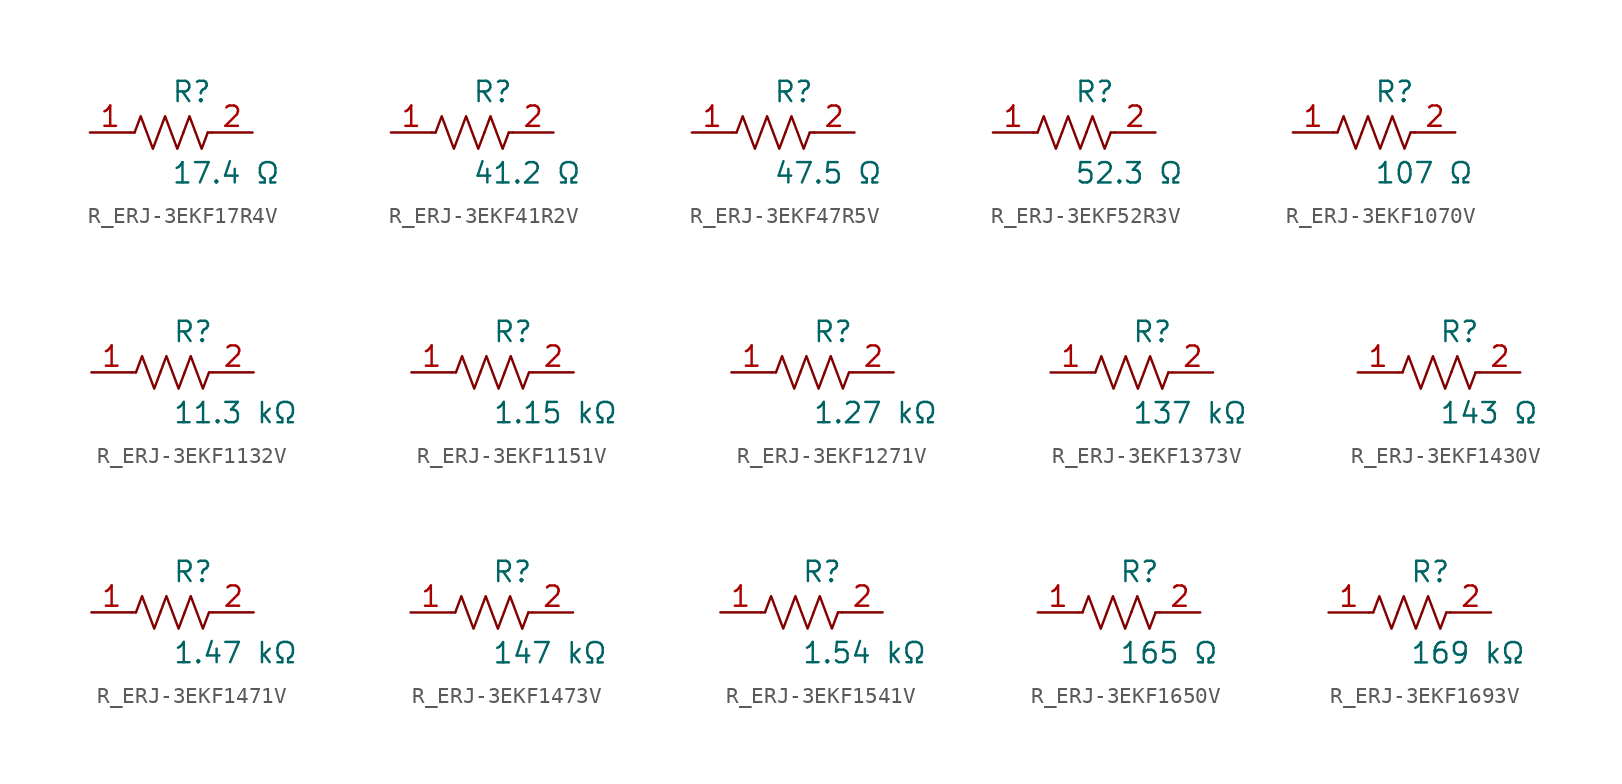
<source format=kicad_sym>
(kicad_symbol_lib
  (version 20231120)
  (generator kicad_symbol_editor)
  (generator_version 8.0)
  (symbol "R_ERJ-3EKF17R4V"
    (pin_names
      (offset 0.254))
    (property "Reference" "R"
      (at 0.0 2.54 0)
      (effects (font (size 1.27 1.27)) (justify left)))
    (property "Value" "17.4 Ω"
      (at 0.0 -2.54 0)
      (effects (font (size 1.27 1.27)) (justify left)))
    (symbol "R_ERJ-3EKF17R4V_0_1"
      (polyline (pts (xy 2.286 0) (xy 2.54 0)) (stroke (width 0) (type default)) (fill (type none)))
      (polyline (pts (xy -2.286 0) (xy -2.54 0)) (stroke (width 0) (type default)) (fill (type none)))
      (polyline (pts (xy 0.762 0) (xy 1.143 1.016) (xy 1.524 0) (xy 1.905 -1.016) (xy 2.286 0)) (stroke (width 0) (type default)) (fill (type none)))
      (polyline (pts (xy -0.762 0) (xy -0.381 1.016) (xy 0 0) (xy 0.381 -1.016) (xy 0.762 0)) (stroke (width 0) (type default)) (fill (type none)))
      (polyline (pts (xy -2.286 0) (xy -1.905 1.016) (xy -1.524 0) (xy -1.143 -1.016) (xy -0.762 0)) (stroke (width 0) (type default)) (fill (type none))))
    (pin unspecified line
      (at -5.08 0 0)
      (length 2.54)
      (name "" (effects (font (size 1.27 1.27))))
      (number "1" (effects (font (size 1.27 1.27)))))
    (pin unspecified line
      (at 5.08 0 180)
      (length 2.54)
      (name "" (effects (font (size 1.27 1.27))))
      (number "2" (effects (font (size 1.27 1.27))))))
  (symbol "R_ERJ-3EKF41R2V"
    (pin_names
      (offset 0.254))
    (property "Reference" "R"
      (at 0.0 2.54 0)
      (effects (font (size 1.27 1.27)) (justify left)))
    (property "Value" "41.2 Ω"
      (at 0.0 -2.54 0)
      (effects (font (size 1.27 1.27)) (justify left)))
    (symbol "R_ERJ-3EKF41R2V_0_1"
      (polyline (pts (xy 2.286 0) (xy 2.54 0)) (stroke (width 0) (type default)) (fill (type none)))
      (polyline (pts (xy -2.286 0) (xy -2.54 0)) (stroke (width 0) (type default)) (fill (type none)))
      (polyline (pts (xy 0.762 0) (xy 1.143 1.016) (xy 1.524 0) (xy 1.905 -1.016) (xy 2.286 0)) (stroke (width 0) (type default)) (fill (type none)))
      (polyline (pts (xy -0.762 0) (xy -0.381 1.016) (xy 0 0) (xy 0.381 -1.016) (xy 0.762 0)) (stroke (width 0) (type default)) (fill (type none)))
      (polyline (pts (xy -2.286 0) (xy -1.905 1.016) (xy -1.524 0) (xy -1.143 -1.016) (xy -0.762 0)) (stroke (width 0) (type default)) (fill (type none))))
    (pin unspecified line
      (at -5.08 0 0)
      (length 2.54)
      (name "" (effects (font (size 1.27 1.27))))
      (number "1" (effects (font (size 1.27 1.27)))))
    (pin unspecified line
      (at 5.08 0 180)
      (length 2.54)
      (name "" (effects (font (size 1.27 1.27))))
      (number "2" (effects (font (size 1.27 1.27))))))
  (symbol "R_ERJ-3EKF47R5V"
    (pin_names
      (offset 0.254))
    (property "Reference" "R"
      (at 0.0 2.54 0)
      (effects (font (size 1.27 1.27)) (justify left)))
    (property "Value" "47.5 Ω"
      (at 0.0 -2.54 0)
      (effects (font (size 1.27 1.27)) (justify left)))
    (symbol "R_ERJ-3EKF47R5V_0_1"
      (polyline (pts (xy 2.286 0) (xy 2.54 0)) (stroke (width 0) (type default)) (fill (type none)))
      (polyline (pts (xy -2.286 0) (xy -2.54 0)) (stroke (width 0) (type default)) (fill (type none)))
      (polyline (pts (xy 0.762 0) (xy 1.143 1.016) (xy 1.524 0) (xy 1.905 -1.016) (xy 2.286 0)) (stroke (width 0) (type default)) (fill (type none)))
      (polyline (pts (xy -0.762 0) (xy -0.381 1.016) (xy 0 0) (xy 0.381 -1.016) (xy 0.762 0)) (stroke (width 0) (type default)) (fill (type none)))
      (polyline (pts (xy -2.286 0) (xy -1.905 1.016) (xy -1.524 0) (xy -1.143 -1.016) (xy -0.762 0)) (stroke (width 0) (type default)) (fill (type none))))
    (pin unspecified line
      (at -5.08 0 0)
      (length 2.54)
      (name "" (effects (font (size 1.27 1.27))))
      (number "1" (effects (font (size 1.27 1.27)))))
    (pin unspecified line
      (at 5.08 0 180)
      (length 2.54)
      (name "" (effects (font (size 1.27 1.27))))
      (number "2" (effects (font (size 1.27 1.27))))))
  (symbol "R_ERJ-3EKF52R3V"
    (pin_names
      (offset 0.254))
    (property "Reference" "R"
      (at 0.0 2.54 0)
      (effects (font (size 1.27 1.27)) (justify left)))
    (property "Value" "52.3 Ω"
      (at 0.0 -2.54 0)
      (effects (font (size 1.27 1.27)) (justify left)))
    (symbol "R_ERJ-3EKF52R3V_0_1"
      (polyline (pts (xy 2.286 0) (xy 2.54 0)) (stroke (width 0) (type default)) (fill (type none)))
      (polyline (pts (xy -2.286 0) (xy -2.54 0)) (stroke (width 0) (type default)) (fill (type none)))
      (polyline (pts (xy 0.762 0) (xy 1.143 1.016) (xy 1.524 0) (xy 1.905 -1.016) (xy 2.286 0)) (stroke (width 0) (type default)) (fill (type none)))
      (polyline (pts (xy -0.762 0) (xy -0.381 1.016) (xy 0 0) (xy 0.381 -1.016) (xy 0.762 0)) (stroke (width 0) (type default)) (fill (type none)))
      (polyline (pts (xy -2.286 0) (xy -1.905 1.016) (xy -1.524 0) (xy -1.143 -1.016) (xy -0.762 0)) (stroke (width 0) (type default)) (fill (type none))))
    (pin unspecified line
      (at -5.08 0 0)
      (length 2.54)
      (name "" (effects (font (size 1.27 1.27))))
      (number "1" (effects (font (size 1.27 1.27)))))
    (pin unspecified line
      (at 5.08 0 180)
      (length 2.54)
      (name "" (effects (font (size 1.27 1.27))))
      (number "2" (effects (font (size 1.27 1.27))))))
  (symbol "R_ERJ-3EKF1070V"
    (pin_names
      (offset 0.254))
    (property "Reference" "R"
      (at 0.0 2.54 0)
      (effects (font (size 1.27 1.27)) (justify left)))
    (property "Value" "107 Ω"
      (at 0.0 -2.54 0)
      (effects (font (size 1.27 1.27)) (justify left)))
    (symbol "R_ERJ-3EKF1070V_0_1"
      (polyline (pts (xy 2.286 0) (xy 2.54 0)) (stroke (width 0) (type default)) (fill (type none)))
      (polyline (pts (xy -2.286 0) (xy -2.54 0)) (stroke (width 0) (type default)) (fill (type none)))
      (polyline (pts (xy 0.762 0) (xy 1.143 1.016) (xy 1.524 0) (xy 1.905 -1.016) (xy 2.286 0)) (stroke (width 0) (type default)) (fill (type none)))
      (polyline (pts (xy -0.762 0) (xy -0.381 1.016) (xy 0 0) (xy 0.381 -1.016) (xy 0.762 0)) (stroke (width 0) (type default)) (fill (type none)))
      (polyline (pts (xy -2.286 0) (xy -1.905 1.016) (xy -1.524 0) (xy -1.143 -1.016) (xy -0.762 0)) (stroke (width 0) (type default)) (fill (type none))))
    (pin unspecified line
      (at -5.08 0 0)
      (length 2.54)
      (name "" (effects (font (size 1.27 1.27))))
      (number "1" (effects (font (size 1.27 1.27)))))
    (pin unspecified line
      (at 5.08 0 180)
      (length 2.54)
      (name "" (effects (font (size 1.27 1.27))))
      (number "2" (effects (font (size 1.27 1.27))))))
  (symbol "R_ERJ-3EKF1132V"
    (pin_names
      (offset 0.254))
    (property "Reference" "R"
      (at 0.0 2.54 0)
      (effects (font (size 1.27 1.27)) (justify left)))
    (property "Value" "11.3 kΩ"
      (at 0.0 -2.54 0)
      (effects (font (size 1.27 1.27)) (justify left)))
    (symbol "R_ERJ-3EKF1132V_0_1"
      (polyline (pts (xy 2.286 0) (xy 2.54 0)) (stroke (width 0) (type default)) (fill (type none)))
      (polyline (pts (xy -2.286 0) (xy -2.54 0)) (stroke (width 0) (type default)) (fill (type none)))
      (polyline (pts (xy 0.762 0) (xy 1.143 1.016) (xy 1.524 0) (xy 1.905 -1.016) (xy 2.286 0)) (stroke (width 0) (type default)) (fill (type none)))
      (polyline (pts (xy -0.762 0) (xy -0.381 1.016) (xy 0 0) (xy 0.381 -1.016) (xy 0.762 0)) (stroke (width 0) (type default)) (fill (type none)))
      (polyline (pts (xy -2.286 0) (xy -1.905 1.016) (xy -1.524 0) (xy -1.143 -1.016) (xy -0.762 0)) (stroke (width 0) (type default)) (fill (type none))))
    (pin unspecified line
      (at -5.08 0 0)
      (length 2.54)
      (name "" (effects (font (size 1.27 1.27))))
      (number "1" (effects (font (size 1.27 1.27)))))
    (pin unspecified line
      (at 5.08 0 180)
      (length 2.54)
      (name "" (effects (font (size 1.27 1.27))))
      (number "2" (effects (font (size 1.27 1.27))))))
  (symbol "R_ERJ-3EKF1151V"
    (pin_names
      (offset 0.254))
    (property "Reference" "R"
      (at 0.0 2.54 0)
      (effects (font (size 1.27 1.27)) (justify left)))
    (property "Value" "1.15 kΩ"
      (at 0.0 -2.54 0)
      (effects (font (size 1.27 1.27)) (justify left)))
    (symbol "R_ERJ-3EKF1151V_0_1"
      (polyline (pts (xy 2.286 0) (xy 2.54 0)) (stroke (width 0) (type default)) (fill (type none)))
      (polyline (pts (xy -2.286 0) (xy -2.54 0)) (stroke (width 0) (type default)) (fill (type none)))
      (polyline (pts (xy 0.762 0) (xy 1.143 1.016) (xy 1.524 0) (xy 1.905 -1.016) (xy 2.286 0)) (stroke (width 0) (type default)) (fill (type none)))
      (polyline (pts (xy -0.762 0) (xy -0.381 1.016) (xy 0 0) (xy 0.381 -1.016) (xy 0.762 0)) (stroke (width 0) (type default)) (fill (type none)))
      (polyline (pts (xy -2.286 0) (xy -1.905 1.016) (xy -1.524 0) (xy -1.143 -1.016) (xy -0.762 0)) (stroke (width 0) (type default)) (fill (type none))))
    (pin unspecified line
      (at -5.08 0 0)
      (length 2.54)
      (name "" (effects (font (size 1.27 1.27))))
      (number "1" (effects (font (size 1.27 1.27)))))
    (pin unspecified line
      (at 5.08 0 180)
      (length 2.54)
      (name "" (effects (font (size 1.27 1.27))))
      (number "2" (effects (font (size 1.27 1.27))))))
  (symbol "R_ERJ-3EKF1271V"
    (pin_names
      (offset 0.254))
    (property "Reference" "R"
      (at 0.0 2.54 0)
      (effects (font (size 1.27 1.27)) (justify left)))
    (property "Value" "1.27 kΩ"
      (at 0.0 -2.54 0)
      (effects (font (size 1.27 1.27)) (justify left)))
    (symbol "R_ERJ-3EKF1271V_0_1"
      (polyline (pts (xy 2.286 0) (xy 2.54 0)) (stroke (width 0) (type default)) (fill (type none)))
      (polyline (pts (xy -2.286 0) (xy -2.54 0)) (stroke (width 0) (type default)) (fill (type none)))
      (polyline (pts (xy 0.762 0) (xy 1.143 1.016) (xy 1.524 0) (xy 1.905 -1.016) (xy 2.286 0)) (stroke (width 0) (type default)) (fill (type none)))
      (polyline (pts (xy -0.762 0) (xy -0.381 1.016) (xy 0 0) (xy 0.381 -1.016) (xy 0.762 0)) (stroke (width 0) (type default)) (fill (type none)))
      (polyline (pts (xy -2.286 0) (xy -1.905 1.016) (xy -1.524 0) (xy -1.143 -1.016) (xy -0.762 0)) (stroke (width 0) (type default)) (fill (type none))))
    (pin unspecified line
      (at -5.08 0 0)
      (length 2.54)
      (name "" (effects (font (size 1.27 1.27))))
      (number "1" (effects (font (size 1.27 1.27)))))
    (pin unspecified line
      (at 5.08 0 180)
      (length 2.54)
      (name "" (effects (font (size 1.27 1.27))))
      (number "2" (effects (font (size 1.27 1.27))))))
  (symbol "R_ERJ-3EKF1373V"
    (pin_names
      (offset 0.254))
    (property "Reference" "R"
      (at 0.0 2.54 0)
      (effects (font (size 1.27 1.27)) (justify left)))
    (property "Value" "137 kΩ"
      (at 0.0 -2.54 0)
      (effects (font (size 1.27 1.27)) (justify left)))
    (symbol "R_ERJ-3EKF1373V_0_1"
      (polyline (pts (xy 2.286 0) (xy 2.54 0)) (stroke (width 0) (type default)) (fill (type none)))
      (polyline (pts (xy -2.286 0) (xy -2.54 0)) (stroke (width 0) (type default)) (fill (type none)))
      (polyline (pts (xy 0.762 0) (xy 1.143 1.016) (xy 1.524 0) (xy 1.905 -1.016) (xy 2.286 0)) (stroke (width 0) (type default)) (fill (type none)))
      (polyline (pts (xy -0.762 0) (xy -0.381 1.016) (xy 0 0) (xy 0.381 -1.016) (xy 0.762 0)) (stroke (width 0) (type default)) (fill (type none)))
      (polyline (pts (xy -2.286 0) (xy -1.905 1.016) (xy -1.524 0) (xy -1.143 -1.016) (xy -0.762 0)) (stroke (width 0) (type default)) (fill (type none))))
    (pin unspecified line
      (at -5.08 0 0)
      (length 2.54)
      (name "" (effects (font (size 1.27 1.27))))
      (number "1" (effects (font (size 1.27 1.27)))))
    (pin unspecified line
      (at 5.08 0 180)
      (length 2.54)
      (name "" (effects (font (size 1.27 1.27))))
      (number "2" (effects (font (size 1.27 1.27))))))
  (symbol "R_ERJ-3EKF1430V"
    (pin_names
      (offset 0.254))
    (property "Reference" "R"
      (at 0.0 2.54 0)
      (effects (font (size 1.27 1.27)) (justify left)))
    (property "Value" "143 Ω"
      (at 0.0 -2.54 0)
      (effects (font (size 1.27 1.27)) (justify left)))
    (symbol "R_ERJ-3EKF1430V_0_1"
      (polyline (pts (xy 2.286 0) (xy 2.54 0)) (stroke (width 0) (type default)) (fill (type none)))
      (polyline (pts (xy -2.286 0) (xy -2.54 0)) (stroke (width 0) (type default)) (fill (type none)))
      (polyline (pts (xy 0.762 0) (xy 1.143 1.016) (xy 1.524 0) (xy 1.905 -1.016) (xy 2.286 0)) (stroke (width 0) (type default)) (fill (type none)))
      (polyline (pts (xy -0.762 0) (xy -0.381 1.016) (xy 0 0) (xy 0.381 -1.016) (xy 0.762 0)) (stroke (width 0) (type default)) (fill (type none)))
      (polyline (pts (xy -2.286 0) (xy -1.905 1.016) (xy -1.524 0) (xy -1.143 -1.016) (xy -0.762 0)) (stroke (width 0) (type default)) (fill (type none))))
    (pin unspecified line
      (at -5.08 0 0)
      (length 2.54)
      (name "" (effects (font (size 1.27 1.27))))
      (number "1" (effects (font (size 1.27 1.27)))))
    (pin unspecified line
      (at 5.08 0 180)
      (length 2.54)
      (name "" (effects (font (size 1.27 1.27))))
      (number "2" (effects (font (size 1.27 1.27))))))
  (symbol "R_ERJ-3EKF1471V"
    (pin_names
      (offset 0.254))
    (property "Reference" "R"
      (at 0.0 2.54 0)
      (effects (font (size 1.27 1.27)) (justify left)))
    (property "Value" "1.47 kΩ"
      (at 0.0 -2.54 0)
      (effects (font (size 1.27 1.27)) (justify left)))
    (symbol "R_ERJ-3EKF1471V_0_1"
      (polyline (pts (xy 2.286 0) (xy 2.54 0)) (stroke (width 0) (type default)) (fill (type none)))
      (polyline (pts (xy -2.286 0) (xy -2.54 0)) (stroke (width 0) (type default)) (fill (type none)))
      (polyline (pts (xy 0.762 0) (xy 1.143 1.016) (xy 1.524 0) (xy 1.905 -1.016) (xy 2.286 0)) (stroke (width 0) (type default)) (fill (type none)))
      (polyline (pts (xy -0.762 0) (xy -0.381 1.016) (xy 0 0) (xy 0.381 -1.016) (xy 0.762 0)) (stroke (width 0) (type default)) (fill (type none)))
      (polyline (pts (xy -2.286 0) (xy -1.905 1.016) (xy -1.524 0) (xy -1.143 -1.016) (xy -0.762 0)) (stroke (width 0) (type default)) (fill (type none))))
    (pin unspecified line
      (at -5.08 0 0)
      (length 2.54)
      (name "" (effects (font (size 1.27 1.27))))
      (number "1" (effects (font (size 1.27 1.27)))))
    (pin unspecified line
      (at 5.08 0 180)
      (length 2.54)
      (name "" (effects (font (size 1.27 1.27))))
      (number "2" (effects (font (size 1.27 1.27))))))
  (symbol "R_ERJ-3EKF1473V"
    (pin_names
      (offset 0.254))
    (property "Reference" "R"
      (at 0.0 2.54 0)
      (effects (font (size 1.27 1.27)) (justify left)))
    (property "Value" "147 kΩ"
      (at 0.0 -2.54 0)
      (effects (font (size 1.27 1.27)) (justify left)))
    (symbol "R_ERJ-3EKF1473V_0_1"
      (polyline (pts (xy 2.286 0) (xy 2.54 0)) (stroke (width 0) (type default)) (fill (type none)))
      (polyline (pts (xy -2.286 0) (xy -2.54 0)) (stroke (width 0) (type default)) (fill (type none)))
      (polyline (pts (xy 0.762 0) (xy 1.143 1.016) (xy 1.524 0) (xy 1.905 -1.016) (xy 2.286 0)) (stroke (width 0) (type default)) (fill (type none)))
      (polyline (pts (xy -0.762 0) (xy -0.381 1.016) (xy 0 0) (xy 0.381 -1.016) (xy 0.762 0)) (stroke (width 0) (type default)) (fill (type none)))
      (polyline (pts (xy -2.286 0) (xy -1.905 1.016) (xy -1.524 0) (xy -1.143 -1.016) (xy -0.762 0)) (stroke (width 0) (type default)) (fill (type none))))
    (pin unspecified line
      (at -5.08 0 0)
      (length 2.54)
      (name "" (effects (font (size 1.27 1.27))))
      (number "1" (effects (font (size 1.27 1.27)))))
    (pin unspecified line
      (at 5.08 0 180)
      (length 2.54)
      (name "" (effects (font (size 1.27 1.27))))
      (number "2" (effects (font (size 1.27 1.27))))))
  (symbol "R_ERJ-3EKF1541V"
    (pin_names
      (offset 0.254))
    (property "Reference" "R"
      (at 0.0 2.54 0)
      (effects (font (size 1.27 1.27)) (justify left)))
    (property "Value" "1.54 kΩ"
      (at 0.0 -2.54 0)
      (effects (font (size 1.27 1.27)) (justify left)))
    (symbol "R_ERJ-3EKF1541V_0_1"
      (polyline (pts (xy 2.286 0) (xy 2.54 0)) (stroke (width 0) (type default)) (fill (type none)))
      (polyline (pts (xy -2.286 0) (xy -2.54 0)) (stroke (width 0) (type default)) (fill (type none)))
      (polyline (pts (xy 0.762 0) (xy 1.143 1.016) (xy 1.524 0) (xy 1.905 -1.016) (xy 2.286 0)) (stroke (width 0) (type default)) (fill (type none)))
      (polyline (pts (xy -0.762 0) (xy -0.381 1.016) (xy 0 0) (xy 0.381 -1.016) (xy 0.762 0)) (stroke (width 0) (type default)) (fill (type none)))
      (polyline (pts (xy -2.286 0) (xy -1.905 1.016) (xy -1.524 0) (xy -1.143 -1.016) (xy -0.762 0)) (stroke (width 0) (type default)) (fill (type none))))
    (pin unspecified line
      (at -5.08 0 0)
      (length 2.54)
      (name "" (effects (font (size 1.27 1.27))))
      (number "1" (effects (font (size 1.27 1.27)))))
    (pin unspecified line
      (at 5.08 0 180)
      (length 2.54)
      (name "" (effects (font (size 1.27 1.27))))
      (number "2" (effects (font (size 1.27 1.27))))))
  (symbol "R_ERJ-3EKF1650V"
    (pin_names
      (offset 0.254))
    (property "Reference" "R"
      (at 0.0 2.54 0)
      (effects (font (size 1.27 1.27)) (justify left)))
    (property "Value" "165 Ω"
      (at 0.0 -2.54 0)
      (effects (font (size 1.27 1.27)) (justify left)))
    (symbol "R_ERJ-3EKF1650V_0_1"
      (polyline (pts (xy 2.286 0) (xy 2.54 0)) (stroke (width 0) (type default)) (fill (type none)))
      (polyline (pts (xy -2.286 0) (xy -2.54 0)) (stroke (width 0) (type default)) (fill (type none)))
      (polyline (pts (xy 0.762 0) (xy 1.143 1.016) (xy 1.524 0) (xy 1.905 -1.016) (xy 2.286 0)) (stroke (width 0) (type default)) (fill (type none)))
      (polyline (pts (xy -0.762 0) (xy -0.381 1.016) (xy 0 0) (xy 0.381 -1.016) (xy 0.762 0)) (stroke (width 0) (type default)) (fill (type none)))
      (polyline (pts (xy -2.286 0) (xy -1.905 1.016) (xy -1.524 0) (xy -1.143 -1.016) (xy -0.762 0)) (stroke (width 0) (type default)) (fill (type none))))
    (pin unspecified line
      (at -5.08 0 0)
      (length 2.54)
      (name "" (effects (font (size 1.27 1.27))))
      (number "1" (effects (font (size 1.27 1.27)))))
    (pin unspecified line
      (at 5.08 0 180)
      (length 2.54)
      (name "" (effects (font (size 1.27 1.27))))
      (number "2" (effects (font (size 1.27 1.27))))))
  (symbol "R_ERJ-3EKF1693V"
    (pin_names
      (offset 0.254))
    (property "Reference" "R"
      (at 0.0 2.54 0)
      (effects (font (size 1.27 1.27)) (justify left)))
    (property "Value" "169 kΩ"
      (at 0.0 -2.54 0)
      (effects (font (size 1.27 1.27)) (justify left)))
    (symbol "R_ERJ-3EKF1693V_0_1"
      (polyline (pts (xy 2.286 0) (xy 2.54 0)) (stroke (width 0) (type default)) (fill (type none)))
      (polyline (pts (xy -2.286 0) (xy -2.54 0)) (stroke (width 0) (type default)) (fill (type none)))
      (polyline (pts (xy 0.762 0) (xy 1.143 1.016) (xy 1.524 0) (xy 1.905 -1.016) (xy 2.286 0)) (stroke (width 0) (type default)) (fill (type none)))
      (polyline (pts (xy -0.762 0) (xy -0.381 1.016) (xy 0 0) (xy 0.381 -1.016) (xy 0.762 0)) (stroke (width 0) (type default)) (fill (type none)))
      (polyline (pts (xy -2.286 0) (xy -1.905 1.016) (xy -1.524 0) (xy -1.143 -1.016) (xy -0.762 0)) (stroke (width 0) (type default)) (fill (type none))))
    (pin unspecified line
      (at -5.08 0 0)
      (length 2.54)
      (name "" (effects (font (size 1.27 1.27))))
      (number "1" (effects (font (size 1.27 1.27)))))
    (pin unspecified line
      (at 5.08 0 180)
      (length 2.54)
      (name "" (effects (font (size 1.27 1.27))))
      (number "2" (effects (font (size 1.27 1.27)))))))
</source>
